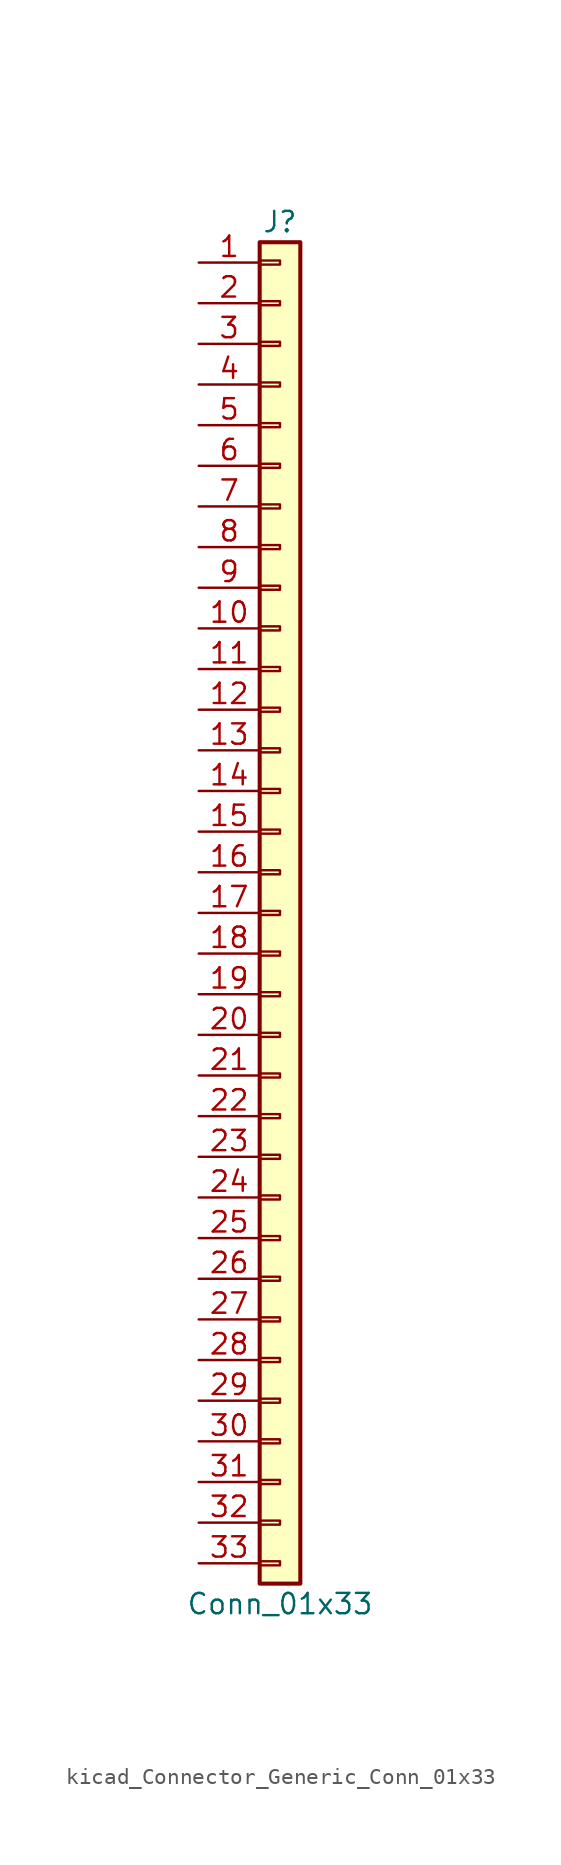
<source format=kicad_sym>
(kicad_symbol_lib
  (version 20220914)
  (generator kicad_symbol_editor)
  (symbol "kicad_Connector_Generic_Conn_01x33"
    (pin_names
      (offset 1.016) hide)
    (property "Reference" "J"
      (at 0 43.18 0)
      (effects (font (size 1.27 1.27))))
    (property "Value" "Conn_01x33"
      (at 0 -43.18 0)
      (effects (font (size 1.27 1.27))))
    (symbol "kicad_Connector_Generic_Conn_01x33_1_1"
      (rectangle (start -1.27 -40.513) (end 0 -40.767) (stroke (width 0.152) (type default)) (fill (type none)))
      (rectangle (start -1.27 -37.973) (end 0 -38.227) (stroke (width 0.152) (type default)) (fill (type none)))
      (rectangle (start -1.27 -35.433) (end 0 -35.687) (stroke (width 0.152) (type default)) (fill (type none)))
      (rectangle (start -1.27 -32.893) (end 0 -33.147) (stroke (width 0.152) (type default)) (fill (type none)))
      (rectangle (start -1.27 -30.353) (end 0 -30.607) (stroke (width 0.152) (type default)) (fill (type none)))
      (rectangle (start -1.27 -27.813) (end 0 -28.067) (stroke (width 0.152) (type default)) (fill (type none)))
      (rectangle (start -1.27 -25.273) (end 0 -25.527) (stroke (width 0.152) (type default)) (fill (type none)))
      (rectangle (start -1.27 -22.733) (end 0 -22.987) (stroke (width 0.152) (type default)) (fill (type none)))
      (rectangle (start -1.27 -20.193) (end 0 -20.447) (stroke (width 0.152) (type default)) (fill (type none)))
      (rectangle (start -1.27 -17.653) (end 0 -17.907) (stroke (width 0.152) (type default)) (fill (type none)))
      (rectangle (start -1.27 -15.113) (end 0 -15.367) (stroke (width 0.152) (type default)) (fill (type none)))
      (rectangle (start -1.27 -12.573) (end 0 -12.827) (stroke (width 0.152) (type default)) (fill (type none)))
      (rectangle (start -1.27 -10.033) (end 0 -10.287) (stroke (width 0.152) (type default)) (fill (type none)))
      (rectangle (start -1.27 -7.493) (end 0 -7.747) (stroke (width 0.152) (type default)) (fill (type none)))
      (rectangle (start -1.27 -4.953) (end 0 -5.207) (stroke (width 0.152) (type default)) (fill (type none)))
      (rectangle (start -1.27 -2.413) (end 0 -2.667) (stroke (width 0.152) (type default)) (fill (type none)))
      (rectangle (start -1.27 0.127) (end 0 -0.127) (stroke (width 0.152) (type default)) (fill (type none)))
      (rectangle (start -1.27 2.667) (end 0 2.413) (stroke (width 0.152) (type default)) (fill (type none)))
      (rectangle (start -1.27 5.207) (end 0 4.953) (stroke (width 0.152) (type default)) (fill (type none)))
      (rectangle (start -1.27 7.747) (end 0 7.493) (stroke (width 0.152) (type default)) (fill (type none)))
      (rectangle (start -1.27 10.287) (end 0 10.033) (stroke (width 0.152) (type default)) (fill (type none)))
      (rectangle (start -1.27 12.827) (end 0 12.573) (stroke (width 0.152) (type default)) (fill (type none)))
      (rectangle (start -1.27 15.367) (end 0 15.113) (stroke (width 0.152) (type default)) (fill (type none)))
      (rectangle (start -1.27 17.907) (end 0 17.653) (stroke (width 0.152) (type default)) (fill (type none)))
      (rectangle (start -1.27 20.447) (end 0 20.193) (stroke (width 0.152) (type default)) (fill (type none)))
      (rectangle (start -1.27 22.987) (end 0 22.733) (stroke (width 0.152) (type default)) (fill (type none)))
      (rectangle (start -1.27 25.527) (end 0 25.273) (stroke (width 0.152) (type default)) (fill (type none)))
      (rectangle (start -1.27 28.067) (end 0 27.813) (stroke (width 0.152) (type default)) (fill (type none)))
      (rectangle (start -1.27 30.607) (end 0 30.353) (stroke (width 0.152) (type default)) (fill (type none)))
      (rectangle (start -1.27 33.147) (end 0 32.893) (stroke (width 0.152) (type default)) (fill (type none)))
      (rectangle (start -1.27 35.687) (end 0 35.433) (stroke (width 0.152) (type default)) (fill (type none)))
      (rectangle (start -1.27 38.227) (end 0 37.973) (stroke (width 0.152) (type default)) (fill (type none)))
      (rectangle (start -1.27 40.767) (end 0 40.513) (stroke (width 0.152) (type default)) (fill (type none)))
      (rectangle (start -1.27 41.91) (end 1.27 -41.91) (stroke (width 0.254) (type default)) (fill (type background)))
      (pin passive line (at -5.08 40.64 0) (length 3.81) (name "Pin_1" (effects (font (size 1.27 1.27)))) (number "1" (effects (font (size 1.27 1.27)))))
      (pin passive line (at -5.08 17.78 0) (length 3.81) (name "Pin_10" (effects (font (size 1.27 1.27)))) (number "10" (effects (font (size 1.27 1.27)))))
      (pin passive line (at -5.08 15.24 0) (length 3.81) (name "Pin_11" (effects (font (size 1.27 1.27)))) (number "11" (effects (font (size 1.27 1.27)))))
      (pin passive line (at -5.08 12.7 0) (length 3.81) (name "Pin_12" (effects (font (size 1.27 1.27)))) (number "12" (effects (font (size 1.27 1.27)))))
      (pin passive line (at -5.08 10.16 0) (length 3.81) (name "Pin_13" (effects (font (size 1.27 1.27)))) (number "13" (effects (font (size 1.27 1.27)))))
      (pin passive line (at -5.08 7.62 0) (length 3.81) (name "Pin_14" (effects (font (size 1.27 1.27)))) (number "14" (effects (font (size 1.27 1.27)))))
      (pin passive line (at -5.08 5.08 0) (length 3.81) (name "Pin_15" (effects (font (size 1.27 1.27)))) (number "15" (effects (font (size 1.27 1.27)))))
      (pin passive line (at -5.08 2.54 0) (length 3.81) (name "Pin_16" (effects (font (size 1.27 1.27)))) (number "16" (effects (font (size 1.27 1.27)))))
      (pin passive line (at -5.08 0 0) (length 3.81) (name "Pin_17" (effects (font (size 1.27 1.27)))) (number "17" (effects (font (size 1.27 1.27)))))
      (pin passive line (at -5.08 -2.54 0) (length 3.81) (name "Pin_18" (effects (font (size 1.27 1.27)))) (number "18" (effects (font (size 1.27 1.27)))))
      (pin passive line (at -5.08 -5.08 0) (length 3.81) (name "Pin_19" (effects (font (size 1.27 1.27)))) (number "19" (effects (font (size 1.27 1.27)))))
      (pin passive line (at -5.08 38.1 0) (length 3.81) (name "Pin_2" (effects (font (size 1.27 1.27)))) (number "2" (effects (font (size 1.27 1.27)))))
      (pin passive line (at -5.08 -7.62 0) (length 3.81) (name "Pin_20" (effects (font (size 1.27 1.27)))) (number "20" (effects (font (size 1.27 1.27)))))
      (pin passive line (at -5.08 -10.16 0) (length 3.81) (name "Pin_21" (effects (font (size 1.27 1.27)))) (number "21" (effects (font (size 1.27 1.27)))))
      (pin passive line (at -5.08 -12.7 0) (length 3.81) (name "Pin_22" (effects (font (size 1.27 1.27)))) (number "22" (effects (font (size 1.27 1.27)))))
      (pin passive line (at -5.08 -15.24 0) (length 3.81) (name "Pin_23" (effects (font (size 1.27 1.27)))) (number "23" (effects (font (size 1.27 1.27)))))
      (pin passive line (at -5.08 -17.78 0) (length 3.81) (name "Pin_24" (effects (font (size 1.27 1.27)))) (number "24" (effects (font (size 1.27 1.27)))))
      (pin passive line (at -5.08 -20.32 0) (length 3.81) (name "Pin_25" (effects (font (size 1.27 1.27)))) (number "25" (effects (font (size 1.27 1.27)))))
      (pin passive line (at -5.08 -22.86 0) (length 3.81) (name "Pin_26" (effects (font (size 1.27 1.27)))) (number "26" (effects (font (size 1.27 1.27)))))
      (pin passive line (at -5.08 -25.4 0) (length 3.81) (name "Pin_27" (effects (font (size 1.27 1.27)))) (number "27" (effects (font (size 1.27 1.27)))))
      (pin passive line (at -5.08 -27.94 0) (length 3.81) (name "Pin_28" (effects (font (size 1.27 1.27)))) (number "28" (effects (font (size 1.27 1.27)))))
      (pin passive line (at -5.08 -30.48 0) (length 3.81) (name "Pin_29" (effects (font (size 1.27 1.27)))) (number "29" (effects (font (size 1.27 1.27)))))
      (pin passive line (at -5.08 35.56 0) (length 3.81) (name "Pin_3" (effects (font (size 1.27 1.27)))) (number "3" (effects (font (size 1.27 1.27)))))
      (pin passive line (at -5.08 -33.02 0) (length 3.81) (name "Pin_30" (effects (font (size 1.27 1.27)))) (number "30" (effects (font (size 1.27 1.27)))))
      (pin passive line (at -5.08 -35.56 0) (length 3.81) (name "Pin_31" (effects (font (size 1.27 1.27)))) (number "31" (effects (font (size 1.27 1.27)))))
      (pin passive line (at -5.08 -38.1 0) (length 3.81) (name "Pin_32" (effects (font (size 1.27 1.27)))) (number "32" (effects (font (size 1.27 1.27)))))
      (pin passive line (at -5.08 -40.64 0) (length 3.81) (name "Pin_33" (effects (font (size 1.27 1.27)))) (number "33" (effects (font (size 1.27 1.27)))))
      (pin passive line (at -5.08 33.02 0) (length 3.81) (name "Pin_4" (effects (font (size 1.27 1.27)))) (number "4" (effects (font (size 1.27 1.27)))))
      (pin passive line (at -5.08 30.48 0) (length 3.81) (name "Pin_5" (effects (font (size 1.27 1.27)))) (number "5" (effects (font (size 1.27 1.27)))))
      (pin passive line (at -5.08 27.94 0) (length 3.81) (name "Pin_6" (effects (font (size 1.27 1.27)))) (number "6" (effects (font (size 1.27 1.27)))))
      (pin passive line (at -5.08 25.4 0) (length 3.81) (name "Pin_7" (effects (font (size 1.27 1.27)))) (number "7" (effects (font (size 1.27 1.27)))))
      (pin passive line (at -5.08 22.86 0) (length 3.81) (name "Pin_8" (effects (font (size 1.27 1.27)))) (number "8" (effects (font (size 1.27 1.27)))))
      (pin passive line (at -5.08 20.32 0) (length 3.81) (name "Pin_9" (effects (font (size 1.27 1.27)))) (number "9" (effects (font (size 1.27 1.27))))))))
</source>
